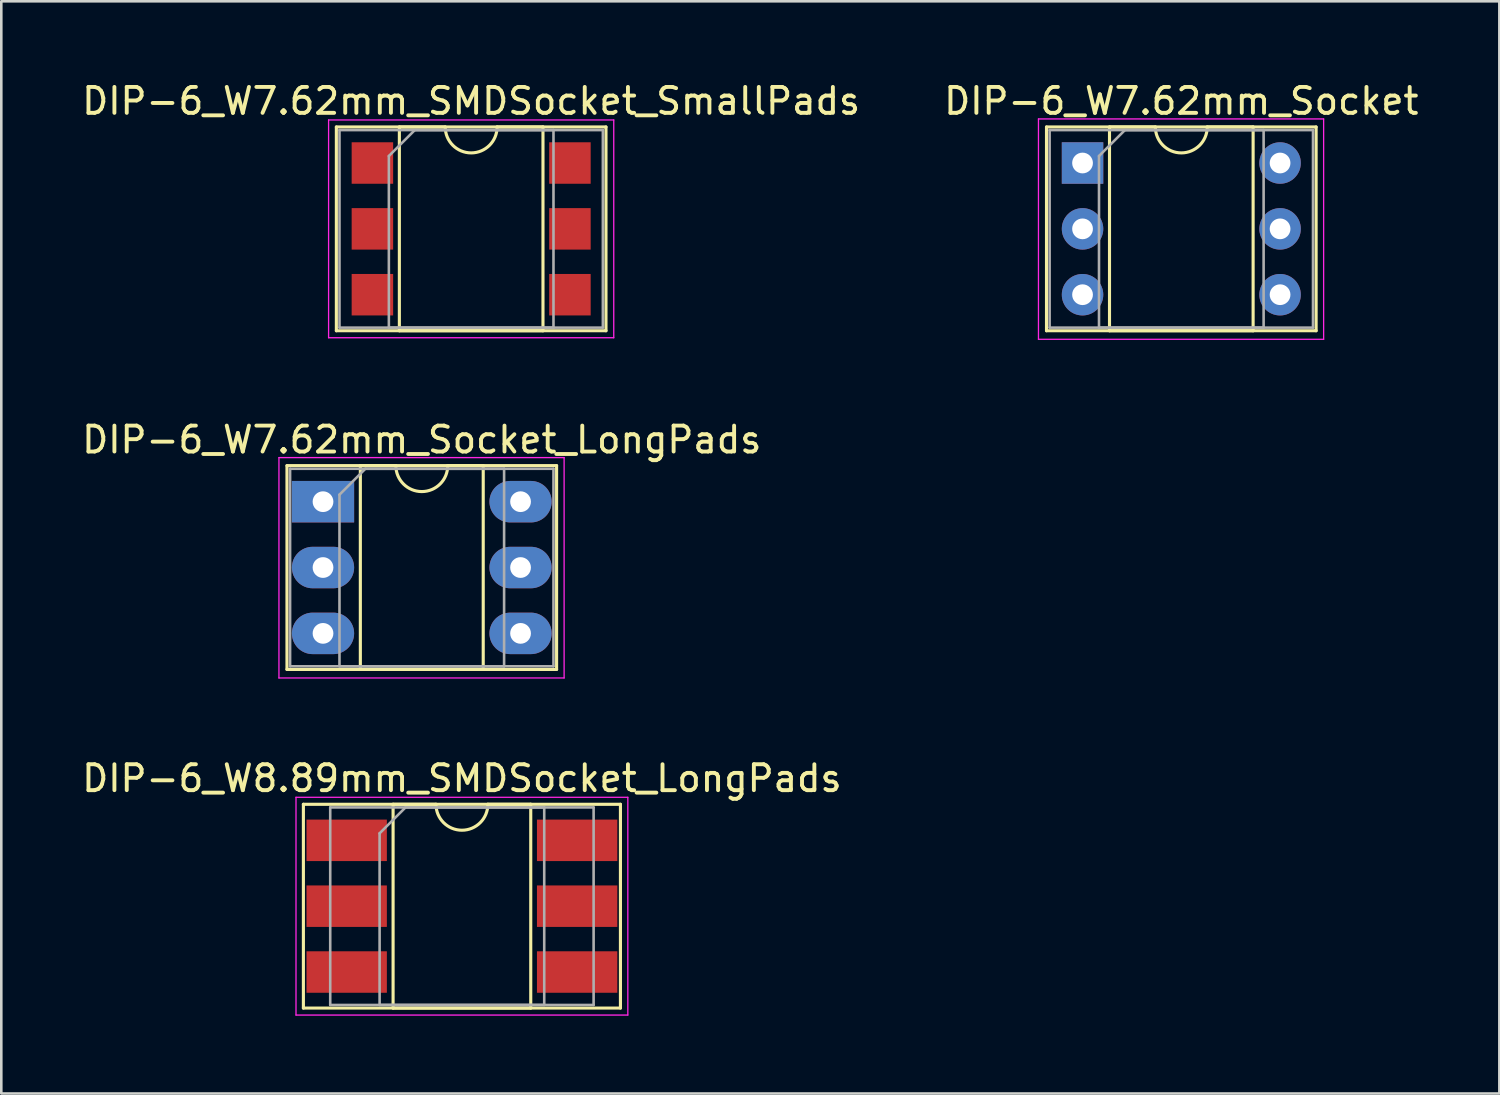
<source format=kicad_pcb>
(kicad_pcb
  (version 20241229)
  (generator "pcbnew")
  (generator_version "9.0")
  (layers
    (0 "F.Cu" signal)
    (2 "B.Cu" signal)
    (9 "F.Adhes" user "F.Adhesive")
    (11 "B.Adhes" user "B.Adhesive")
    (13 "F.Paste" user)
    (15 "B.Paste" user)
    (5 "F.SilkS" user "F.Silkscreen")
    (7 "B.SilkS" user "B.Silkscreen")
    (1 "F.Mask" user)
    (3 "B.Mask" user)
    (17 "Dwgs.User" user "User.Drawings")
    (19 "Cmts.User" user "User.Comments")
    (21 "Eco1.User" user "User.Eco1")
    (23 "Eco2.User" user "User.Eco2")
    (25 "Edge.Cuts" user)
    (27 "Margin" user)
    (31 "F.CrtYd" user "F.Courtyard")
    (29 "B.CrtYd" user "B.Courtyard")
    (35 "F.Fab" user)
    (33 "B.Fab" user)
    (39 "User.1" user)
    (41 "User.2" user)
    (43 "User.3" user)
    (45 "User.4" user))
  (footprint "DIP-6_W7.62mm_SMDSocket_SmallPads"
    (layer "F.Cu")
    (at 15.125 5.778)
    (property "Reference" "DIP-6_W7.62mm_SMDSocket_SmallPads" (at 0 -4.93 0) (layer "F.SilkS") (effects (font (size 1 1) (thickness 0.15))))
    (attr smd)
    (fp_line (start -5.2 -3.93) (end -5.2 3.93) (stroke (width 0.12) (type solid)) (layer "F.SilkS"))
    (fp_line (start -5.2 3.93) (end 5.2 3.93) (stroke (width 0.12) (type solid)) (layer "F.SilkS"))
    (fp_line (start -2.77 -3.93) (end -2.77 3.93) (stroke (width 0.12) (type solid)) (layer "F.SilkS"))
    (fp_line (start -2.77 3.93) (end 2.77 3.93) (stroke (width 0.12) (type solid)) (layer "F.SilkS"))
    (fp_line (start -1 -3.93) (end -2.77 -3.93) (stroke (width 0.12) (type solid)) (layer "F.SilkS"))
    (fp_line (start 2.77 -3.93) (end 1 -3.93) (stroke (width 0.12) (type solid)) (layer "F.SilkS"))
    (fp_line (start 2.77 3.93) (end 2.77 -3.93) (stroke (width 0.12) (type solid)) (layer "F.SilkS"))
    (fp_line (start 5.2 -3.93) (end -5.2 -3.93) (stroke (width 0.12) (type solid)) (layer "F.SilkS"))
    (fp_line (start 5.2 3.93) (end 5.2 -3.93) (stroke (width 0.12) (type solid)) (layer "F.SilkS"))
    (fp_arc (start 1 -3.93) (mid 0 -2.93) (end -1 -3.93) (stroke (width 0.12) (type solid)) (layer "F.SilkS"))
    (fp_line (start -5.5 -4.2) (end -5.5 4.2) (stroke (width 0.05) (type solid)) (layer "F.CrtYd"))
    (fp_line (start -5.5 4.2) (end 5.5 4.2) (stroke (width 0.05) (type solid)) (layer "F.CrtYd"))
    (fp_line (start 5.5 -4.2) (end -5.5 -4.2) (stroke (width 0.05) (type solid)) (layer "F.CrtYd"))
    (fp_line (start 5.5 4.2) (end 5.5 -4.2) (stroke (width 0.05) (type solid)) (layer "F.CrtYd"))
    (fp_line (start -5.08 -3.81) (end -5.08 3.81) (stroke (width 0.1) (type solid)) (layer "F.Fab"))
    (fp_line (start -5.08 3.81) (end 5.08 3.81) (stroke (width 0.1) (type solid)) (layer "F.Fab"))
    (fp_line (start -3.175 -2.81) (end -2.175 -3.81) (stroke (width 0.1) (type solid)) (layer "F.Fab"))
    (fp_line (start -3.175 3.81) (end -3.175 -2.81) (stroke (width 0.1) (type solid)) (layer "F.Fab"))
    (fp_line (start -2.175 -3.81) (end 3.175 -3.81) (stroke (width 0.1) (type solid)) (layer "F.Fab"))
    (fp_line (start 3.175 -3.81) (end 3.175 3.81) (stroke (width 0.1) (type solid)) (layer "F.Fab"))
    (fp_line (start 3.175 3.81) (end -3.175 3.81) (stroke (width 0.1) (type solid)) (layer "F.Fab"))
    (fp_line (start 5.08 -3.81) (end -5.08 -3.81) (stroke (width 0.1) (type solid)) (layer "F.Fab"))
    (fp_line (start 5.08 3.81) (end 5.08 -3.81) (stroke (width 0.1) (type solid)) (layer "F.Fab"))
    (pad "1" smd rect (at -3.81 -2.54) (size 1.6 1.6) (layers "F.Cu" "F.Mask"))
    (pad "2" smd rect (at -3.81 0) (size 1.6 1.6) (layers "F.Cu" "F.Mask"))
    (pad "3" smd rect (at -3.81 2.54) (size 1.6 1.6) (layers "F.Cu" "F.Mask"))
    (pad "4" smd rect (at 3.81 2.54) (size 1.6 1.6) (layers "F.Cu" "F.Mask"))
    (pad "5" smd rect (at 3.81 0) (size 1.6 1.6) (layers "F.Cu" "F.Mask"))
    (pad "6" smd rect (at 3.81 -2.54) (size 1.6 1.6) (layers "F.Cu" "F.Mask")))
  (footprint "DIP-6_W7.62mm_Socket_LongPads"
    (layer "F.Cu")
    (at 9.41 16.302)
    (property "Reference" "DIP-6_W7.62mm_Socket_LongPads" (at 3.81 -2.39 0) (layer "F.SilkS") (effects (font (size 1 1) (thickness 0.15))))
    (attr through_hole)
    (fp_line (start -1.39 -1.39) (end -1.39 6.47) (stroke (width 0.12) (type solid)) (layer "F.SilkS"))
    (fp_line (start -1.39 6.47) (end 9.01 6.47) (stroke (width 0.12) (type solid)) (layer "F.SilkS"))
    (fp_line (start 1.44 -1.39) (end 1.44 6.47) (stroke (width 0.12) (type solid)) (layer "F.SilkS"))
    (fp_line (start 1.44 6.47) (end 6.18 6.47) (stroke (width 0.12) (type solid)) (layer "F.SilkS"))
    (fp_line (start 2.81 -1.39) (end 1.44 -1.39) (stroke (width 0.12) (type solid)) (layer "F.SilkS"))
    (fp_line (start 6.18 -1.39) (end 4.81 -1.39) (stroke (width 0.12) (type solid)) (layer "F.SilkS"))
    (fp_line (start 6.18 6.47) (end 6.18 -1.39) (stroke (width 0.12) (type solid)) (layer "F.SilkS"))
    (fp_line (start 9.01 -1.39) (end -1.39 -1.39) (stroke (width 0.12) (type solid)) (layer "F.SilkS"))
    (fp_line (start 9.01 6.47) (end 9.01 -1.39) (stroke (width 0.12) (type solid)) (layer "F.SilkS"))
    (fp_arc (start 4.81 -1.39) (mid 3.81 -0.39) (end 2.81 -1.39) (stroke (width 0.12) (type solid)) (layer "F.SilkS"))
    (fp_line (start -1.7 -1.7) (end -1.7 6.8) (stroke (width 0.05) (type solid)) (layer "F.CrtYd"))
    (fp_line (start -1.7 6.8) (end 9.3 6.8) (stroke (width 0.05) (type solid)) (layer "F.CrtYd"))
    (fp_line (start 9.3 -1.7) (end -1.7 -1.7) (stroke (width 0.05) (type solid)) (layer "F.CrtYd"))
    (fp_line (start 9.3 6.8) (end 9.3 -1.7) (stroke (width 0.05) (type solid)) (layer "F.CrtYd"))
    (fp_line (start -1.27 -1.27) (end -1.27 6.35) (stroke (width 0.1) (type solid)) (layer "F.Fab"))
    (fp_line (start -1.27 6.35) (end 8.89 6.35) (stroke (width 0.1) (type solid)) (layer "F.Fab"))
    (fp_line (start 0.635 -0.27) (end 1.635 -1.27) (stroke (width 0.1) (type solid)) (layer "F.Fab"))
    (fp_line (start 0.635 6.35) (end 0.635 -0.27) (stroke (width 0.1) (type solid)) (layer "F.Fab"))
    (fp_line (start 1.635 -1.27) (end 6.985 -1.27) (stroke (width 0.1) (type solid)) (layer "F.Fab"))
    (fp_line (start 6.985 -1.27) (end 6.985 6.35) (stroke (width 0.1) (type solid)) (layer "F.Fab"))
    (fp_line (start 6.985 6.35) (end 0.635 6.35) (stroke (width 0.1) (type solid)) (layer "F.Fab"))
    (fp_line (start 8.89 -1.27) (end -1.27 -1.27) (stroke (width 0.1) (type solid)) (layer "F.Fab"))
    (fp_line (start 8.89 6.35) (end 8.89 -1.27) (stroke (width 0.1) (type solid)) (layer "F.Fab"))
    (pad "1" thru_hole rect (at 0 0) (size 2.4 1.6) (drill 0.8) (layers "*.Cu" "*.Mask"))
    (pad "2" thru_hole oval (at 0 2.54) (size 2.4 1.6) (drill 0.8) (layers "*.Cu" "*.Mask"))
    (pad "3" thru_hole oval (at 0 5.08) (size 2.4 1.6) (drill 0.8) (layers "*.Cu" "*.Mask"))
    (pad "4" thru_hole oval (at 7.62 5.08) (size 2.4 1.6) (drill 0.8) (layers "*.Cu" "*.Mask"))
    (pad "5" thru_hole oval (at 7.62 2.54) (size 2.4 1.6) (drill 0.8) (layers "*.Cu" "*.Mask"))
    (pad "6" thru_hole oval (at 7.62 0) (size 2.4 1.6) (drill 0.8) (layers "*.Cu" "*.Mask")))
  (footprint "DIP-6_W7.62mm_Socket"
    (layer "F.Cu")
    (at 38.708 3.238)
    (property "Reference" "DIP-6_W7.62mm_Socket" (at 3.81 -2.39 0) (layer "F.SilkS") (effects (font (size 1 1) (thickness 0.15))))
    (attr through_hole)
    (fp_line (start -1.39 -1.39) (end -1.39 6.47) (stroke (width 0.12) (type solid)) (layer "F.SilkS"))
    (fp_line (start -1.39 6.47) (end 9.01 6.47) (stroke (width 0.12) (type solid)) (layer "F.SilkS"))
    (fp_line (start 1.04 -1.39) (end 1.04 6.47) (stroke (width 0.12) (type solid)) (layer "F.SilkS"))
    (fp_line (start 1.04 6.47) (end 6.58 6.47) (stroke (width 0.12) (type solid)) (layer "F.SilkS"))
    (fp_line (start 2.81 -1.39) (end 1.04 -1.39) (stroke (width 0.12) (type solid)) (layer "F.SilkS"))
    (fp_line (start 6.58 -1.39) (end 4.81 -1.39) (stroke (width 0.12) (type solid)) (layer "F.SilkS"))
    (fp_line (start 6.58 6.47) (end 6.58 -1.39) (stroke (width 0.12) (type solid)) (layer "F.SilkS"))
    (fp_line (start 9.01 -1.39) (end -1.39 -1.39) (stroke (width 0.12) (type solid)) (layer "F.SilkS"))
    (fp_line (start 9.01 6.47) (end 9.01 -1.39) (stroke (width 0.12) (type solid)) (layer "F.SilkS"))
    (fp_arc (start 4.81 -1.39) (mid 3.81 -0.39) (end 2.81 -1.39) (stroke (width 0.12) (type solid)) (layer "F.SilkS"))
    (fp_line (start -1.7 -1.7) (end -1.7 6.8) (stroke (width 0.05) (type solid)) (layer "F.CrtYd"))
    (fp_line (start -1.7 6.8) (end 9.3 6.8) (stroke (width 0.05) (type solid)) (layer "F.CrtYd"))
    (fp_line (start 9.3 -1.7) (end -1.7 -1.7) (stroke (width 0.05) (type solid)) (layer "F.CrtYd"))
    (fp_line (start 9.3 6.8) (end 9.3 -1.7) (stroke (width 0.05) (type solid)) (layer "F.CrtYd"))
    (fp_line (start -1.27 -1.27) (end -1.27 6.35) (stroke (width 0.1) (type solid)) (layer "F.Fab"))
    (fp_line (start -1.27 6.35) (end 8.89 6.35) (stroke (width 0.1) (type solid)) (layer "F.Fab"))
    (fp_line (start 0.635 -0.27) (end 1.635 -1.27) (stroke (width 0.1) (type solid)) (layer "F.Fab"))
    (fp_line (start 0.635 6.35) (end 0.635 -0.27) (stroke (width 0.1) (type solid)) (layer "F.Fab"))
    (fp_line (start 1.635 -1.27) (end 6.985 -1.27) (stroke (width 0.1) (type solid)) (layer "F.Fab"))
    (fp_line (start 6.985 -1.27) (end 6.985 6.35) (stroke (width 0.1) (type solid)) (layer "F.Fab"))
    (fp_line (start 6.985 6.35) (end 0.635 6.35) (stroke (width 0.1) (type solid)) (layer "F.Fab"))
    (fp_line (start 8.89 -1.27) (end -1.27 -1.27) (stroke (width 0.1) (type solid)) (layer "F.Fab"))
    (fp_line (start 8.89 6.35) (end 8.89 -1.27) (stroke (width 0.1) (type solid)) (layer "F.Fab"))
    (pad "1" thru_hole rect (at 0 0) (size 1.6 1.6) (drill 0.8) (layers "*.Cu" "*.Mask"))
    (pad "2" thru_hole oval (at 0 2.54) (size 1.6 1.6) (drill 0.8) (layers "*.Cu" "*.Mask"))
    (pad "3" thru_hole oval (at 0 5.08) (size 1.6 1.6) (drill 0.8) (layers "*.Cu" "*.Mask"))
    (pad "4" thru_hole oval (at 7.62 5.08) (size 1.6 1.6) (drill 0.8) (layers "*.Cu" "*.Mask"))
    (pad "5" thru_hole oval (at 7.62 2.54) (size 1.6 1.6) (drill 0.8) (layers "*.Cu" "*.Mask"))
    (pad "6" thru_hole oval (at 7.62 0) (size 1.6 1.6) (drill 0.8) (layers "*.Cu" "*.Mask")))
  (footprint "DIP-6_W8.89mm_SMDSocket_LongPads"
    (layer "F.Cu")
    (at 14.768 31.905)
    (property "Reference" "DIP-6_W8.89mm_SMDSocket_LongPads" (at 0 -4.93 0) (layer "F.SilkS") (effects (font (size 1 1) (thickness 0.15))))
    (attr smd)
    (fp_line (start -6.115 -3.93) (end -6.115 3.93) (stroke (width 0.12) (type solid)) (layer "F.SilkS"))
    (fp_line (start -6.115 3.93) (end 6.115 3.93) (stroke (width 0.12) (type solid)) (layer "F.SilkS"))
    (fp_line (start -2.655 -3.93) (end -2.655 3.93) (stroke (width 0.12) (type solid)) (layer "F.SilkS"))
    (fp_line (start -2.655 3.93) (end 2.655 3.93) (stroke (width 0.12) (type solid)) (layer "F.SilkS"))
    (fp_line (start -1 -3.93) (end -2.655 -3.93) (stroke (width 0.12) (type solid)) (layer "F.SilkS"))
    (fp_line (start 2.655 -3.93) (end 1 -3.93) (stroke (width 0.12) (type solid)) (layer "F.SilkS"))
    (fp_line (start 2.655 3.93) (end 2.655 -3.93) (stroke (width 0.12) (type solid)) (layer "F.SilkS"))
    (fp_line (start 6.115 -3.93) (end -6.115 -3.93) (stroke (width 0.12) (type solid)) (layer "F.SilkS"))
    (fp_line (start 6.115 3.93) (end 6.115 -3.93) (stroke (width 0.12) (type solid)) (layer "F.SilkS"))
    (fp_arc (start 1 -3.93) (mid 0 -2.93) (end -1 -3.93) (stroke (width 0.12) (type solid)) (layer "F.SilkS"))
    (fp_line (start -6.4 -4.2) (end -6.4 4.2) (stroke (width 0.05) (type solid)) (layer "F.CrtYd"))
    (fp_line (start -6.4 4.2) (end 6.4 4.2) (stroke (width 0.05) (type solid)) (layer "F.CrtYd"))
    (fp_line (start 6.4 -4.2) (end -6.4 -4.2) (stroke (width 0.05) (type solid)) (layer "F.CrtYd"))
    (fp_line (start 6.4 4.2) (end 6.4 -4.2) (stroke (width 0.05) (type solid)) (layer "F.CrtYd"))
    (fp_line (start -5.08 -3.81) (end -5.08 3.81) (stroke (width 0.1) (type solid)) (layer "F.Fab"))
    (fp_line (start -5.08 3.81) (end 5.08 3.81) (stroke (width 0.1) (type solid)) (layer "F.Fab"))
    (fp_line (start -3.175 -2.81) (end -2.175 -3.81) (stroke (width 0.1) (type solid)) (layer "F.Fab"))
    (fp_line (start -3.175 3.81) (end -3.175 -2.81) (stroke (width 0.1) (type solid)) (layer "F.Fab"))
    (fp_line (start -2.175 -3.81) (end 3.175 -3.81) (stroke (width 0.1) (type solid)) (layer "F.Fab"))
    (fp_line (start 3.175 -3.81) (end 3.175 3.81) (stroke (width 0.1) (type solid)) (layer "F.Fab"))
    (fp_line (start 3.175 3.81) (end -3.175 3.81) (stroke (width 0.1) (type solid)) (layer "F.Fab"))
    (fp_line (start 5.08 -3.81) (end -5.08 -3.81) (stroke (width 0.1) (type solid)) (layer "F.Fab"))
    (fp_line (start 5.08 3.81) (end 5.08 -3.81) (stroke (width 0.1) (type solid)) (layer "F.Fab"))
    (pad "1" smd rect (at -4.445 -2.54) (size 3.1 1.6) (layers "F.Cu" "F.Mask"))
    (pad "2" smd rect (at -4.445 0) (size 3.1 1.6) (layers "F.Cu" "F.Mask"))
    (pad "3" smd rect (at -4.445 2.54) (size 3.1 1.6) (layers "F.Cu" "F.Mask"))
    (pad "4" smd rect (at 4.445 2.54) (size 3.1 1.6) (layers "F.Cu" "F.Mask"))
    (pad "5" smd rect (at 4.445 0) (size 3.1 1.6) (layers "F.Cu" "F.Mask"))
    (pad "6" smd rect (at 4.445 -2.54) (size 3.1 1.6) (layers "F.Cu" "F.Mask")))
  (gr_rect
    (start -3 -3)
    (end 54.786 39.13)
    (stroke (width 0.1) (type default))
    (fill no)
    (layer "Edge.Cuts")))
</source>
